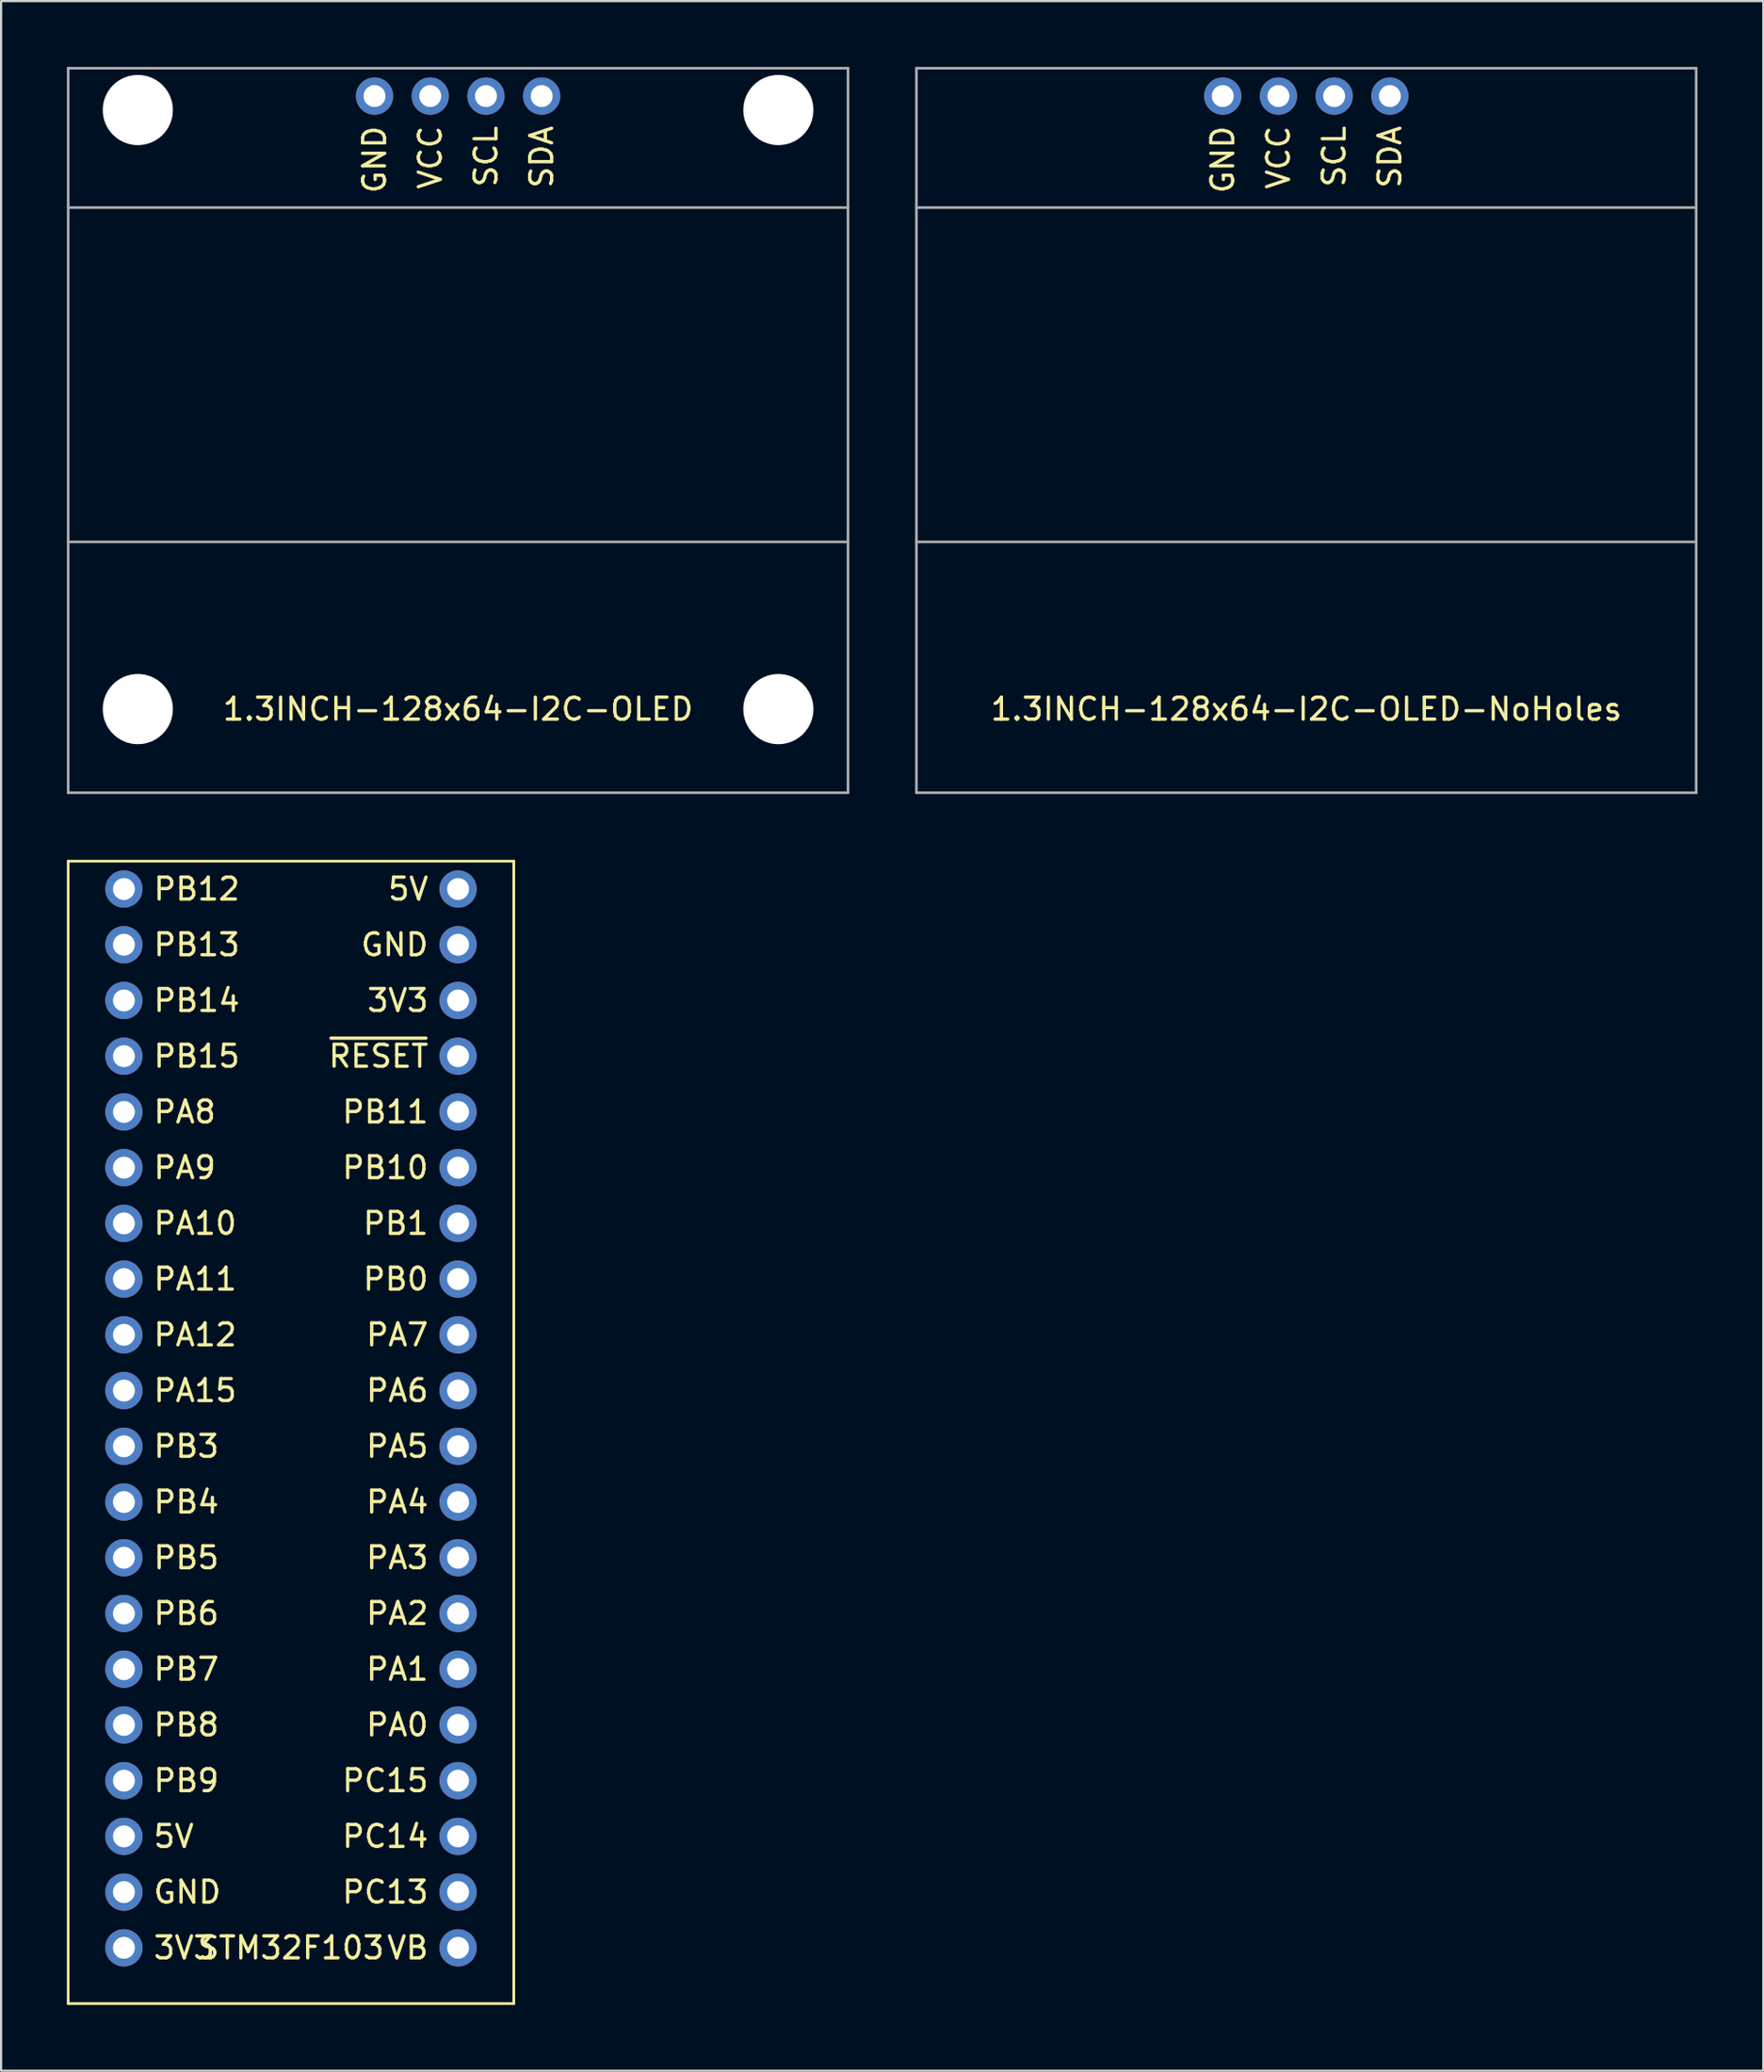
<source format=kicad_pcb>
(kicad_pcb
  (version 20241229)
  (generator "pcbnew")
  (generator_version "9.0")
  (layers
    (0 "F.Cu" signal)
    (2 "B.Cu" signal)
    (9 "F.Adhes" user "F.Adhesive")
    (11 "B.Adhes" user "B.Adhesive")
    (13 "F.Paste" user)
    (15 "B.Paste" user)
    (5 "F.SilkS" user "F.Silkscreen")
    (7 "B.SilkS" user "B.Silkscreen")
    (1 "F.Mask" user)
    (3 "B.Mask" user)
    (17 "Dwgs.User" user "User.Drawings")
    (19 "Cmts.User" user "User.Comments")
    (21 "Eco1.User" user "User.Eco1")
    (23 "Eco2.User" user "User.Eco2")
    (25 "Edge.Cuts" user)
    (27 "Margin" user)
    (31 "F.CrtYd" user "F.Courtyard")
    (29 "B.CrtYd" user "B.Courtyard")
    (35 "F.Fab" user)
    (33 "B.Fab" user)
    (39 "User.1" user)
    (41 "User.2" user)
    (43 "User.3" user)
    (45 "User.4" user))
  (footprint "STM32F103"
    (layer "F.Cu")
    (at 2.6 37.47)
    (property "Reference" "STM32F103" (at 7.62 48.26 0) (layer "F.SilkS") (effects (font (size 1 1) (thickness 0.15))))
    (attr through_hole)
    (fp_line (start -2.54 -1.27) (end -2.54 50.8) (stroke (width 0.12) (type solid)) (layer "F.SilkS"))
    (fp_line (start 17.78 -1.27) (end -2.54 -1.27) (stroke (width 0.12) (type solid)) (layer "F.SilkS"))
    (fp_line (start 17.78 -1.27) (end 17.78 50.8) (stroke (width 0.12) (type solid)) (layer "F.SilkS"))
    (fp_line (start 17.78 50.8) (end -2.54 50.8) (stroke (width 0.12) (type solid)) (layer "F.SilkS"))
    (fp_text user "PB0" (at 13.97 17.78 0) (layer "F.SilkS") (effects (font (size 1 1) (thickness 0.15)) (justify right)))
    (fp_text user "PB9" (at 1.27 40.64 0) (layer "F.SilkS") (effects (font (size 1 1) (thickness 0.15)) (justify left)))
    (fp_text user "GND" (at 1.27 45.72 0) (layer "F.SilkS") (effects (font (size 1 1) (thickness 0.15)) (justify left)))
    (fp_text user "PB1" (at 13.97 15.24 0) (layer "F.SilkS") (effects (font (size 1 1) (thickness 0.15)) (justify right)))
    (fp_text user "PB14" (at 1.27 5.08 0) (layer "F.SilkS") (effects (font (size 1 1) (thickness 0.15)) (justify left)))
    (fp_text user "PA8" (at 1.27 10.16 0) (layer "F.SilkS") (effects (font (size 1 1) (thickness 0.15)) (justify left)))
    (fp_text user "PB3" (at 1.27 25.4 0) (layer "F.SilkS") (effects (font (size 1 1) (thickness 0.15)) (justify left)))
    (fp_text user "PA5" (at 13.97 25.4 0) (layer "F.SilkS") (effects (font (size 1 1) (thickness 0.15)) (justify right)))
    (fp_text user "5V" (at 13.97 0 0) (layer "F.SilkS") (effects (font (size 1 1) (thickness 0.15)) (justify right)))
    (fp_text user "PA11" (at 1.27 17.78 0) (layer "F.SilkS") (effects (font (size 1 1) (thickness 0.15)) (justify left)))
    (fp_text user "3V3" (at 13.97 5.08 0) (layer "F.SilkS") (effects (font (size 1 1) (thickness 0.15)) (justify right)))
    (fp_text user "GND" (at 13.97 2.54 0) (layer "F.SilkS") (effects (font (size 1 1) (thickness 0.15)) (justify right)))
    (fp_text user "PC14" (at 13.97 43.18 0) (layer "F.SilkS") (effects (font (size 1 1) (thickness 0.15)) (justify right)))
    (fp_text user "PB13" (at 1.27 2.54 0) (layer "F.SilkS") (effects (font (size 1 1) (thickness 0.15)) (justify left)))
    (fp_text user "PA7" (at 13.97 20.32 0) (layer "F.SilkS") (effects (font (size 1 1) (thickness 0.15)) (justify right)))
    (fp_text user "PA1" (at 13.97 35.56 0) (layer "F.SilkS") (effects (font (size 1 1) (thickness 0.15)) (justify right)))
    (fp_text user "PA3" (at 13.97 30.48 0) (layer "F.SilkS") (effects (font (size 1 1) (thickness 0.15)) (justify right)))
    (fp_text user "PA15" (at 1.27 22.86 0) (layer "F.SilkS") (effects (font (size 1 1) (thickness 0.15)) (justify left)))
    (fp_text user "PB10" (at 13.97 12.7 0) (layer "F.SilkS") (effects (font (size 1 1) (thickness 0.15)) (justify right)))
    (fp_text user "PA0" (at 13.97 38.1 0) (layer "F.SilkS") (effects (font (size 1 1) (thickness 0.15)) (justify right)))
    (fp_text user "PB4" (at 1.27 27.94 0) (layer "F.SilkS") (effects (font (size 1 1) (thickness 0.15)) (justify left)))
    (fp_text user "PB12" (at 1.27 0 0) (layer "F.SilkS") (effects (font (size 1 1) (thickness 0.15)) (justify left)))
    (fp_text user "PB8" (at 1.27 38.1 0) (layer "F.SilkS") (effects (font (size 1 1) (thickness 0.15)) (justify left)))
    (fp_text user "PB7" (at 1.27 35.56 0) (layer "F.SilkS") (effects (font (size 1 1) (thickness 0.15)) (justify left)))
    (fp_text user "~{RESET}" (at 13.97 7.62 0) (layer "F.SilkS") (effects (font (size 1 1) (thickness 0.15)) (justify right)))
    (fp_text user "PA10" (at 1.27 15.24 0) (layer "F.SilkS") (effects (font (size 1 1) (thickness 0.15)) (justify left)))
    (fp_text user "VB" (at 13.97 48.26 0) (layer "F.SilkS") (effects (font (size 1 1) (thickness 0.15)) (justify right)))
    (fp_text user "5V" (at 1.27 43.18 0) (layer "F.SilkS") (effects (font (size 1 1) (thickness 0.15)) (justify left)))
    (fp_text user "PA12" (at 1.27 20.32 0) (layer "F.SilkS") (effects (font (size 1 1) (thickness 0.15)) (justify left)))
    (fp_text user "3V3" (at 1.27 48.26 0) (layer "F.SilkS") (effects (font (size 1 1) (thickness 0.15)) (justify left)))
    (fp_text user "PA2" (at 13.97 33.02 0) (layer "F.SilkS") (effects (font (size 1 1) (thickness 0.15)) (justify right)))
    (fp_text user "PC15" (at 13.97 40.64 0) (layer "F.SilkS") (effects (font (size 1 1) (thickness 0.15)) (justify right)))
    (fp_text user "PC13" (at 13.97 45.72 0) (layer "F.SilkS") (effects (font (size 1 1) (thickness 0.15)) (justify right)))
    (fp_text user "PA6" (at 13.97 22.86 0) (layer "F.SilkS") (effects (font (size 1 1) (thickness 0.15)) (justify right)))
    (fp_text user "PB11" (at 13.97 10.16 0) (layer "F.SilkS") (effects (font (size 1 1) (thickness 0.15)) (justify right)))
    (fp_text user "PA9" (at 1.27 12.7 0) (layer "F.SilkS") (effects (font (size 1 1) (thickness 0.15)) (justify left)))
    (fp_text user "PB15" (at 1.27 7.62 0) (layer "F.SilkS") (effects (font (size 1 1) (thickness 0.15)) (justify left)))
    (fp_text user "PB5" (at 1.27 30.48 0) (layer "F.SilkS") (effects (font (size 1 1) (thickness 0.15)) (justify left)))
    (fp_text user "PA4" (at 13.97 27.94 0) (layer "F.SilkS") (effects (font (size 1 1) (thickness 0.15)) (justify right)))
    (fp_text user "PB6" (at 1.27 33.02 0) (layer "F.SilkS") (effects (font (size 1 1) (thickness 0.15)) (justify left)))
    (pad "1" thru_hole circle (at 0 0) (size 1.7 1.7) (drill 1) (layers "*.Cu" "*.Mask"))
    (pad "2" thru_hole circle (at 0 2.54) (size 1.7 1.7) (drill 1) (layers "*.Cu" "*.Mask"))
    (pad "3" thru_hole circle (at 0 5.08) (size 1.7 1.7) (drill 1) (layers "*.Cu" "*.Mask"))
    (pad "4" thru_hole circle (at 0 7.62) (size 1.7 1.7) (drill 1) (layers "*.Cu" "*.Mask"))
    (pad "5" thru_hole circle (at 0 10.16) (size 1.7 1.7) (drill 1) (layers "*.Cu" "*.Mask"))
    (pad "6" thru_hole circle (at 0 12.7) (size 1.7 1.7) (drill 1) (layers "*.Cu" "*.Mask"))
    (pad "7" thru_hole circle (at 0 15.24) (size 1.7 1.7) (drill 1) (layers "*.Cu" "*.Mask"))
    (pad "8" thru_hole circle (at 0 17.78) (size 1.7 1.7) (drill 1) (layers "*.Cu" "*.Mask"))
    (pad "9" thru_hole circle (at 0 20.32) (size 1.7 1.7) (drill 1) (layers "*.Cu" "*.Mask"))
    (pad "10" thru_hole circle (at 0 22.86) (size 1.7 1.7) (drill 1) (layers "*.Cu" "*.Mask"))
    (pad "11" thru_hole circle (at 0 25.4) (size 1.7 1.7) (drill 1) (layers "*.Cu" "*.Mask"))
    (pad "12" thru_hole circle (at 0 27.94) (size 1.7 1.7) (drill 1) (layers "*.Cu" "*.Mask"))
    (pad "13" thru_hole circle (at 0 30.48) (size 1.7 1.7) (drill 1) (layers "*.Cu" "*.Mask"))
    (pad "14" thru_hole circle (at 0 33.02) (size 1.7 1.7) (drill 1) (layers "*.Cu" "*.Mask"))
    (pad "15" thru_hole circle (at 0 35.56) (size 1.7 1.7) (drill 1) (layers "*.Cu" "*.Mask"))
    (pad "16" thru_hole circle (at 0 38.1) (size 1.7 1.7) (drill 1) (layers "*.Cu" "*.Mask"))
    (pad "17" thru_hole circle (at 0 40.64) (size 1.7 1.7) (drill 1) (layers "*.Cu" "*.Mask"))
    (pad "18" thru_hole circle (at 0 43.18) (size 1.7 1.7) (drill 1) (layers "*.Cu" "*.Mask"))
    (pad "19" thru_hole circle (at 0 45.72) (size 1.7 1.7) (drill 1) (layers "*.Cu" "*.Mask"))
    (pad "20" thru_hole circle (at 0 48.26) (size 1.7 1.7) (drill 1) (layers "*.Cu" "*.Mask"))
    (pad "21" thru_hole circle (at 15.24 48.26) (size 1.7 1.7) (drill 1) (layers "*.Cu" "*.Mask"))
    (pad "22" thru_hole circle (at 15.24 45.72) (size 1.7 1.7) (drill 1) (layers "*.Cu" "*.Mask"))
    (pad "23" thru_hole circle (at 15.24 43.18) (size 1.7 1.7) (drill 1) (layers "*.Cu" "*.Mask"))
    (pad "24" thru_hole circle (at 15.24 40.64) (size 1.7 1.7) (drill 1) (layers "*.Cu" "*.Mask"))
    (pad "25" thru_hole circle (at 15.24 38.1) (size 1.7 1.7) (drill 1) (layers "*.Cu" "*.Mask"))
    (pad "26" thru_hole circle (at 15.24 35.56) (size 1.7 1.7) (drill 1) (layers "*.Cu" "*.Mask"))
    (pad "27" thru_hole circle (at 15.24 33.02) (size 1.7 1.7) (drill 1) (layers "*.Cu" "*.Mask"))
    (pad "28" thru_hole circle (at 15.24 30.48) (size 1.7 1.7) (drill 1) (layers "*.Cu" "*.Mask"))
    (pad "29" thru_hole circle (at 15.24 27.94) (size 1.7 1.7) (drill 1) (layers "*.Cu" "*.Mask"))
    (pad "30" thru_hole circle (at 15.24 25.4) (size 1.7 1.7) (drill 1) (layers "*.Cu" "*.Mask"))
    (pad "31" thru_hole circle (at 15.24 22.86) (size 1.7 1.7) (drill 1) (layers "*.Cu" "*.Mask"))
    (pad "32" thru_hole circle (at 15.24 20.32) (size 1.7 1.7) (drill 1) (layers "*.Cu" "*.Mask"))
    (pad "33" thru_hole circle (at 15.24 17.78) (size 1.7 1.7) (drill 1) (layers "*.Cu" "*.Mask"))
    (pad "34" thru_hole circle (at 15.24 15.24) (size 1.7 1.7) (drill 1) (layers "*.Cu" "*.Mask"))
    (pad "35" thru_hole circle (at 15.24 12.7) (size 1.7 1.7) (drill 1) (layers "*.Cu" "*.Mask"))
    (pad "36" thru_hole circle (at 15.24 10.16) (size 1.7 1.7) (drill 1) (layers "*.Cu" "*.Mask"))
    (pad "37" thru_hole circle (at 15.24 7.62) (size 1.7 1.7) (drill 1) (layers "*.Cu" "*.Mask"))
    (pad "38" thru_hole circle (at 15.24 5.08) (size 1.7 1.7) (drill 1) (layers "*.Cu" "*.Mask"))
    (pad "39" thru_hole circle (at 15.24 2.54) (size 1.7 1.7) (drill 1) (layers "*.Cu" "*.Mask"))
    (pad "40" thru_hole circle (at 15.24 0) (size 1.7 1.7) (drill 1) (layers "*.Cu" "*.Mask")))
  (footprint "1.3INCH-128x64-I2C-OLED-NoHoles"
    (layer "F.Cu")
    (at 52.71 1.33)
    (property "Reference" "1.3INCH-128x64-I2C-OLED-NoHoles" (at 3.81 27.94 0) (layer "F.SilkS") (effects (font (size 1 1) (thickness 0.15))))
    (attr through_hole)
    (fp_line (start -13.97 -1.27) (end -13.97 31.75) (stroke (width 0.12) (type solid)) (layer "F.Fab"))
    (fp_line (start -13.97 -1.27) (end 21.59 -1.27) (stroke (width 0.12) (type solid)) (layer "F.Fab"))
    (fp_line (start -13.97 5.08) (end 21.59 5.08) (stroke (width 0.12) (type solid)) (layer "F.Fab"))
    (fp_line (start -13.97 20.32) (end 21.59 20.32) (stroke (width 0.12) (type solid)) (layer "F.Fab"))
    (fp_line (start -13.97 31.75) (end 21.59 31.75) (stroke (width 0.12) (type solid)) (layer "F.Fab"))
    (fp_line (start 21.59 -1.27) (end 21.59 31.75) (stroke (width 0.12) (type solid)) (layer "F.Fab"))
    (fp_text user "GND" (at 0 1.27 90) (layer "F.SilkS") (effects (font (size 1 1) (thickness 0.15)) (justify right)))
    (fp_text user "VCC" (at 2.54 1.27 90) (layer "F.SilkS") (effects (font (size 1 1) (thickness 0.15)) (justify right)))
    (fp_text user "SCL" (at 5.08 1.27 90) (layer "F.SilkS") (effects (font (size 1 1) (thickness 0.15)) (justify right)))
    (fp_text user "SDA" (at 7.62 1.27 90) (layer "F.SilkS") (effects (font (size 1 1) (thickness 0.15)) (justify right)))
    (pad "1" thru_hole circle (at 0 0) (size 1.7 1.7) (drill 1) (layers "*.Cu" "*.Mask"))
    (pad "2" thru_hole circle (at 2.54 0) (size 1.7 1.7) (drill 1) (layers "*.Cu" "*.Mask"))
    (pad "3" thru_hole circle (at 5.08 0) (size 1.7 1.7) (drill 1) (layers "*.Cu" "*.Mask"))
    (pad "4" thru_hole circle (at 7.62 0) (size 1.7 1.7) (drill 1) (layers "*.Cu" "*.Mask")))
  (footprint "1.3INCH-128x64-I2C-OLED"
    (layer "F.Cu")
    (at 14.03 1.33)
    (property "Reference" "1.3INCH-128x64-I2C-OLED" (at 3.81 27.94 0) (layer "F.SilkS") (effects (font (size 1 1) (thickness 0.15))))
    (attr through_hole)
    (fp_line (start -13.97 -1.27) (end -13.97 31.75) (stroke (width 0.12) (type solid)) (layer "F.Fab"))
    (fp_line (start -13.97 -1.27) (end 21.59 -1.27) (stroke (width 0.12) (type solid)) (layer "F.Fab"))
    (fp_line (start -13.97 5.08) (end 21.59 5.08) (stroke (width 0.12) (type solid)) (layer "F.Fab"))
    (fp_line (start -13.97 20.32) (end 21.59 20.32) (stroke (width 0.12) (type solid)) (layer "F.Fab"))
    (fp_line (start -13.97 31.75) (end 21.59 31.75) (stroke (width 0.12) (type solid)) (layer "F.Fab"))
    (fp_line (start 21.59 -1.27) (end 21.59 31.75) (stroke (width 0.12) (type solid)) (layer "F.Fab"))
    (fp_text user "VCC" (at 2.54 1.27 90) (layer "F.SilkS") (effects (font (size 1 1) (thickness 0.15)) (justify right)))
    (fp_text user "GND" (at 0 1.27 90) (layer "F.SilkS") (effects (font (size 1 1) (thickness 0.15)) (justify right)))
    (fp_text user "SDA" (at 7.62 1.27 90) (layer "F.SilkS") (effects (font (size 1 1) (thickness 0.15)) (justify right)))
    (fp_text user "SCL" (at 5.08 1.27 90) (layer "F.SilkS") (effects (font (size 1 1) (thickness 0.15)) (justify right)))
    (pad "" np_thru_hole circle (at -10.795 0.635) (size 3.2 3.2) (drill 3.2) (layers "*.Cu" "*.Mask"))
    (pad "" np_thru_hole circle (at -10.795 27.94) (size 3.2 3.2) (drill 3.2) (layers "*.Cu" "*.Mask"))
    (pad "" np_thru_hole circle (at 18.415 0.635) (size 3.2 3.2) (drill 3.2) (layers "*.Cu" "*.Mask"))
    (pad "" np_thru_hole circle (at 18.415 27.94) (size 3.2 3.2) (drill 3.2) (layers "*.Cu" "*.Mask"))
    (pad "1" thru_hole circle (at 0 0) (size 1.7 1.7) (drill 1) (layers "*.Cu" "*.Mask"))
    (pad "2" thru_hole circle (at 2.54 0) (size 1.7 1.7) (drill 1) (layers "*.Cu" "*.Mask"))
    (pad "3" thru_hole circle (at 5.08 0) (size 1.7 1.7) (drill 1) (layers "*.Cu" "*.Mask"))
    (pad "4" thru_hole circle (at 7.62 0) (size 1.7 1.7) (drill 1) (layers "*.Cu" "*.Mask")))
  (gr_rect
    (start -3 -3)
    (end 77.36 91.33)
    (stroke (width 0.1) (type default))
    (fill no)
    (layer "Edge.Cuts")))
</source>
